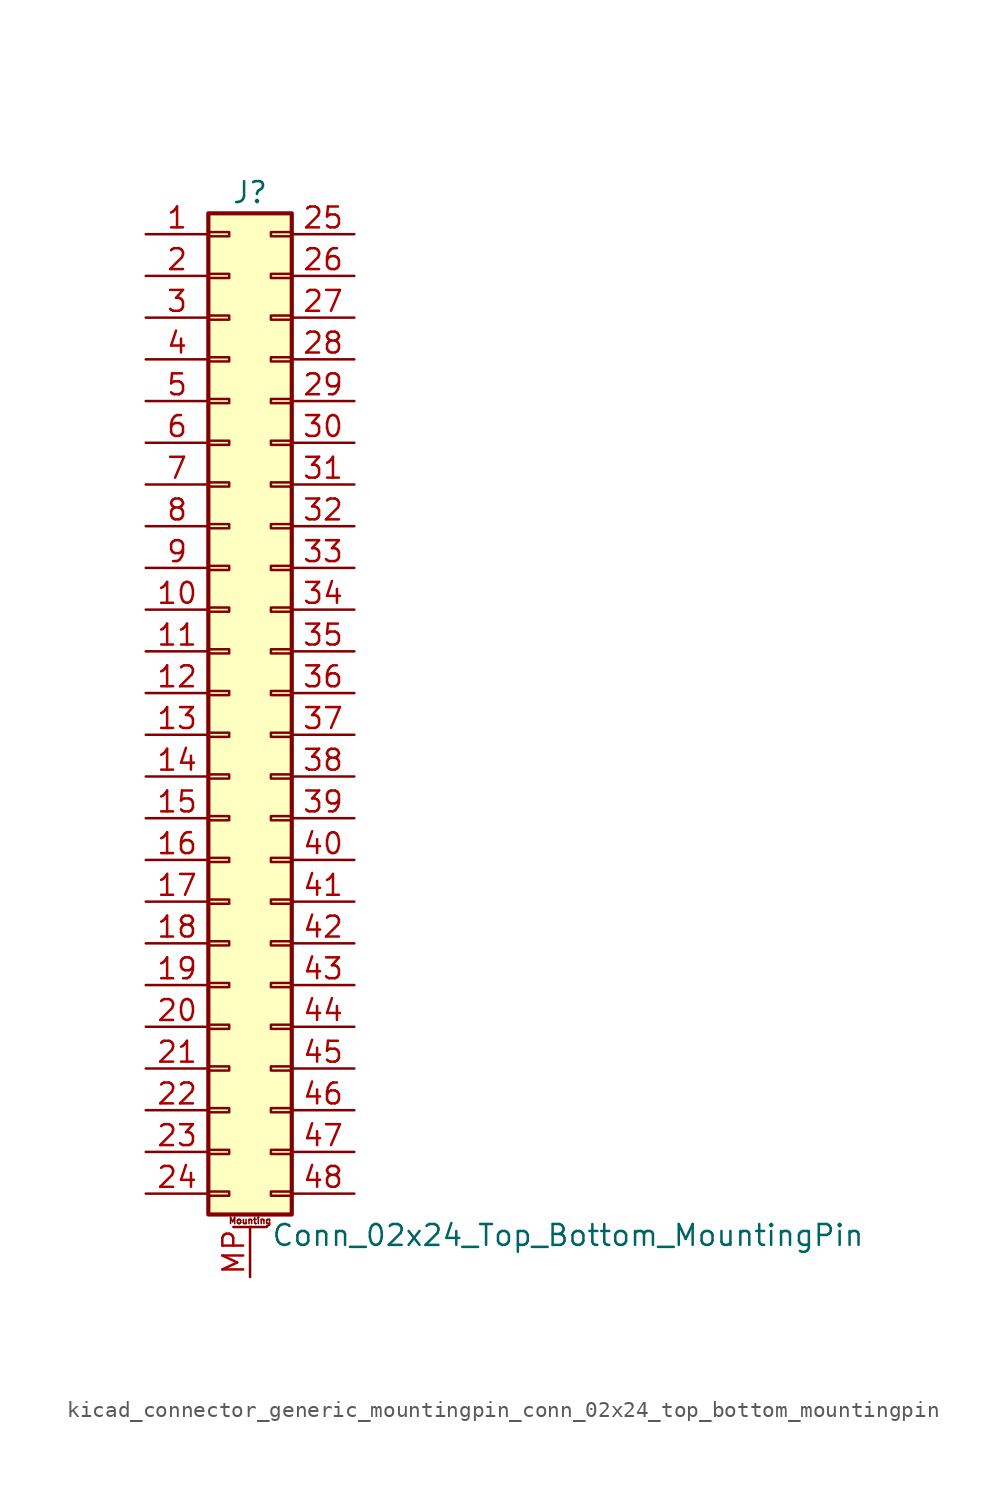
<source format=kicad_sym>
(kicad_symbol_lib
  (version 20220914)
  (generator kicad_symbol_editor)
  (symbol "kicad_connector_generic_mountingpin_conn_02x24_top_bottom_mountingpin"
    (pin_names
      (offset 1.016) hide)
    (property "Reference" "J"
      (at 1.27 30.48 0)
      (effects (font (size 1.27 1.27))))
    (property "Value" "Conn_02x24_Top_Bottom_MountingPin"
      (at 2.54 -33.02 0)
      (effects (font (size 1.27 1.27)) (justify left)))
    (symbol "kicad_connector_generic_mountingpin_conn_02x24_top_bottom_mountingpin_1_1"
      (rectangle (start -1.27 -30.353) (end 0 -30.607) (stroke (width 0.152) (type default)) (fill (type none)))
      (rectangle (start -1.27 -27.813) (end 0 -28.067) (stroke (width 0.152) (type default)) (fill (type none)))
      (rectangle (start -1.27 -25.273) (end 0 -25.527) (stroke (width 0.152) (type default)) (fill (type none)))
      (rectangle (start -1.27 -22.733) (end 0 -22.987) (stroke (width 0.152) (type default)) (fill (type none)))
      (rectangle (start -1.27 -20.193) (end 0 -20.447) (stroke (width 0.152) (type default)) (fill (type none)))
      (rectangle (start -1.27 -17.653) (end 0 -17.907) (stroke (width 0.152) (type default)) (fill (type none)))
      (rectangle (start -1.27 -15.113) (end 0 -15.367) (stroke (width 0.152) (type default)) (fill (type none)))
      (rectangle (start -1.27 -12.573) (end 0 -12.827) (stroke (width 0.152) (type default)) (fill (type none)))
      (rectangle (start -1.27 -10.033) (end 0 -10.287) (stroke (width 0.152) (type default)) (fill (type none)))
      (rectangle (start -1.27 -7.493) (end 0 -7.747) (stroke (width 0.152) (type default)) (fill (type none)))
      (rectangle (start -1.27 -4.953) (end 0 -5.207) (stroke (width 0.152) (type default)) (fill (type none)))
      (rectangle (start -1.27 -2.413) (end 0 -2.667) (stroke (width 0.152) (type default)) (fill (type none)))
      (rectangle (start -1.27 0.127) (end 0 -0.127) (stroke (width 0.152) (type default)) (fill (type none)))
      (rectangle (start -1.27 2.667) (end 0 2.413) (stroke (width 0.152) (type default)) (fill (type none)))
      (rectangle (start -1.27 5.207) (end 0 4.953) (stroke (width 0.152) (type default)) (fill (type none)))
      (rectangle (start -1.27 7.747) (end 0 7.493) (stroke (width 0.152) (type default)) (fill (type none)))
      (rectangle (start -1.27 10.287) (end 0 10.033) (stroke (width 0.152) (type default)) (fill (type none)))
      (rectangle (start -1.27 12.827) (end 0 12.573) (stroke (width 0.152) (type default)) (fill (type none)))
      (rectangle (start -1.27 15.367) (end 0 15.113) (stroke (width 0.152) (type default)) (fill (type none)))
      (rectangle (start -1.27 17.907) (end 0 17.653) (stroke (width 0.152) (type default)) (fill (type none)))
      (rectangle (start -1.27 20.447) (end 0 20.193) (stroke (width 0.152) (type default)) (fill (type none)))
      (rectangle (start -1.27 22.987) (end 0 22.733) (stroke (width 0.152) (type default)) (fill (type none)))
      (rectangle (start -1.27 25.527) (end 0 25.273) (stroke (width 0.152) (type default)) (fill (type none)))
      (rectangle (start -1.27 28.067) (end 0 27.813) (stroke (width 0.152) (type default)) (fill (type none)))
      (rectangle (start -1.27 29.21) (end 3.81 -31.75) (stroke (width 0.254) (type default)) (fill (type background)))
      (polyline (pts (xy 0.254 -32.512) (xy 2.286 -32.512)) (stroke (width 0.152) (type default)) (fill (type none)))
      (rectangle (start 3.81 -30.353) (end 2.54 -30.607) (stroke (width 0.152) (type default)) (fill (type none)))
      (rectangle (start 3.81 -27.813) (end 2.54 -28.067) (stroke (width 0.152) (type default)) (fill (type none)))
      (rectangle (start 3.81 -25.273) (end 2.54 -25.527) (stroke (width 0.152) (type default)) (fill (type none)))
      (rectangle (start 3.81 -22.733) (end 2.54 -22.987) (stroke (width 0.152) (type default)) (fill (type none)))
      (rectangle (start 3.81 -20.193) (end 2.54 -20.447) (stroke (width 0.152) (type default)) (fill (type none)))
      (rectangle (start 3.81 -17.653) (end 2.54 -17.907) (stroke (width 0.152) (type default)) (fill (type none)))
      (rectangle (start 3.81 -15.113) (end 2.54 -15.367) (stroke (width 0.152) (type default)) (fill (type none)))
      (rectangle (start 3.81 -12.573) (end 2.54 -12.827) (stroke (width 0.152) (type default)) (fill (type none)))
      (rectangle (start 3.81 -10.033) (end 2.54 -10.287) (stroke (width 0.152) (type default)) (fill (type none)))
      (rectangle (start 3.81 -7.493) (end 2.54 -7.747) (stroke (width 0.152) (type default)) (fill (type none)))
      (rectangle (start 3.81 -4.953) (end 2.54 -5.207) (stroke (width 0.152) (type default)) (fill (type none)))
      (rectangle (start 3.81 -2.413) (end 2.54 -2.667) (stroke (width 0.152) (type default)) (fill (type none)))
      (rectangle (start 3.81 0.127) (end 2.54 -0.127) (stroke (width 0.152) (type default)) (fill (type none)))
      (rectangle (start 3.81 2.667) (end 2.54 2.413) (stroke (width 0.152) (type default)) (fill (type none)))
      (rectangle (start 3.81 5.207) (end 2.54 4.953) (stroke (width 0.152) (type default)) (fill (type none)))
      (rectangle (start 3.81 7.747) (end 2.54 7.493) (stroke (width 0.152) (type default)) (fill (type none)))
      (rectangle (start 3.81 10.287) (end 2.54 10.033) (stroke (width 0.152) (type default)) (fill (type none)))
      (rectangle (start 3.81 12.827) (end 2.54 12.573) (stroke (width 0.152) (type default)) (fill (type none)))
      (rectangle (start 3.81 15.367) (end 2.54 15.113) (stroke (width 0.152) (type default)) (fill (type none)))
      (rectangle (start 3.81 17.907) (end 2.54 17.653) (stroke (width 0.152) (type default)) (fill (type none)))
      (rectangle (start 3.81 20.447) (end 2.54 20.193) (stroke (width 0.152) (type default)) (fill (type none)))
      (rectangle (start 3.81 22.987) (end 2.54 22.733) (stroke (width 0.152) (type default)) (fill (type none)))
      (rectangle (start 3.81 25.527) (end 2.54 25.273) (stroke (width 0.152) (type default)) (fill (type none)))
      (rectangle (start 3.81 28.067) (end 2.54 27.813) (stroke (width 0.152) (type default)) (fill (type none)))
      (text "Mounting" (at 1.27 -32.131 0) (effects (font (size 0.381 0.381))))
      (pin passive line (at -5.08 27.94 0) (length 3.81) (name "Pin_1" (effects (font (size 1.27 1.27)))) (number "1" (effects (font (size 1.27 1.27)))))
      (pin passive line (at -5.08 5.08 0) (length 3.81) (name "Pin_10" (effects (font (size 1.27 1.27)))) (number "10" (effects (font (size 1.27 1.27)))))
      (pin passive line (at -5.08 2.54 0) (length 3.81) (name "Pin_11" (effects (font (size 1.27 1.27)))) (number "11" (effects (font (size 1.27 1.27)))))
      (pin passive line (at -5.08 0 0) (length 3.81) (name "Pin_12" (effects (font (size 1.27 1.27)))) (number "12" (effects (font (size 1.27 1.27)))))
      (pin passive line (at -5.08 -2.54 0) (length 3.81) (name "Pin_13" (effects (font (size 1.27 1.27)))) (number "13" (effects (font (size 1.27 1.27)))))
      (pin passive line (at -5.08 -5.08 0) (length 3.81) (name "Pin_14" (effects (font (size 1.27 1.27)))) (number "14" (effects (font (size 1.27 1.27)))))
      (pin passive line (at -5.08 -7.62 0) (length 3.81) (name "Pin_15" (effects (font (size 1.27 1.27)))) (number "15" (effects (font (size 1.27 1.27)))))
      (pin passive line (at -5.08 -10.16 0) (length 3.81) (name "Pin_16" (effects (font (size 1.27 1.27)))) (number "16" (effects (font (size 1.27 1.27)))))
      (pin passive line (at -5.08 -12.7 0) (length 3.81) (name "Pin_17" (effects (font (size 1.27 1.27)))) (number "17" (effects (font (size 1.27 1.27)))))
      (pin passive line (at -5.08 -15.24 0) (length 3.81) (name "Pin_18" (effects (font (size 1.27 1.27)))) (number "18" (effects (font (size 1.27 1.27)))))
      (pin passive line (at -5.08 -17.78 0) (length 3.81) (name "Pin_19" (effects (font (size 1.27 1.27)))) (number "19" (effects (font (size 1.27 1.27)))))
      (pin passive line (at -5.08 25.4 0) (length 3.81) (name "Pin_2" (effects (font (size 1.27 1.27)))) (number "2" (effects (font (size 1.27 1.27)))))
      (pin passive line (at -5.08 -20.32 0) (length 3.81) (name "Pin_20" (effects (font (size 1.27 1.27)))) (number "20" (effects (font (size 1.27 1.27)))))
      (pin passive line (at -5.08 -22.86 0) (length 3.81) (name "Pin_21" (effects (font (size 1.27 1.27)))) (number "21" (effects (font (size 1.27 1.27)))))
      (pin passive line (at -5.08 -25.4 0) (length 3.81) (name "Pin_22" (effects (font (size 1.27 1.27)))) (number "22" (effects (font (size 1.27 1.27)))))
      (pin passive line (at -5.08 -27.94 0) (length 3.81) (name "Pin_23" (effects (font (size 1.27 1.27)))) (number "23" (effects (font (size 1.27 1.27)))))
      (pin passive line (at -5.08 -30.48 0) (length 3.81) (name "Pin_24" (effects (font (size 1.27 1.27)))) (number "24" (effects (font (size 1.27 1.27)))))
      (pin passive line (at 7.62 27.94 180) (length 3.81) (name "Pin_25" (effects (font (size 1.27 1.27)))) (number "25" (effects (font (size 1.27 1.27)))))
      (pin passive line (at 7.62 25.4 180) (length 3.81) (name "Pin_26" (effects (font (size 1.27 1.27)))) (number "26" (effects (font (size 1.27 1.27)))))
      (pin passive line (at 7.62 22.86 180) (length 3.81) (name "Pin_27" (effects (font (size 1.27 1.27)))) (number "27" (effects (font (size 1.27 1.27)))))
      (pin passive line (at 7.62 20.32 180) (length 3.81) (name "Pin_28" (effects (font (size 1.27 1.27)))) (number "28" (effects (font (size 1.27 1.27)))))
      (pin passive line (at 7.62 17.78 180) (length 3.81) (name "Pin_29" (effects (font (size 1.27 1.27)))) (number "29" (effects (font (size 1.27 1.27)))))
      (pin passive line (at -5.08 22.86 0) (length 3.81) (name "Pin_3" (effects (font (size 1.27 1.27)))) (number "3" (effects (font (size 1.27 1.27)))))
      (pin passive line (at 7.62 15.24 180) (length 3.81) (name "Pin_30" (effects (font (size 1.27 1.27)))) (number "30" (effects (font (size 1.27 1.27)))))
      (pin passive line (at 7.62 12.7 180) (length 3.81) (name "Pin_31" (effects (font (size 1.27 1.27)))) (number "31" (effects (font (size 1.27 1.27)))))
      (pin passive line (at 7.62 10.16 180) (length 3.81) (name "Pin_32" (effects (font (size 1.27 1.27)))) (number "32" (effects (font (size 1.27 1.27)))))
      (pin passive line (at 7.62 7.62 180) (length 3.81) (name "Pin_33" (effects (font (size 1.27 1.27)))) (number "33" (effects (font (size 1.27 1.27)))))
      (pin passive line (at 7.62 5.08 180) (length 3.81) (name "Pin_34" (effects (font (size 1.27 1.27)))) (number "34" (effects (font (size 1.27 1.27)))))
      (pin passive line (at 7.62 2.54 180) (length 3.81) (name "Pin_35" (effects (font (size 1.27 1.27)))) (number "35" (effects (font (size 1.27 1.27)))))
      (pin passive line (at 7.62 0 180) (length 3.81) (name "Pin_36" (effects (font (size 1.27 1.27)))) (number "36" (effects (font (size 1.27 1.27)))))
      (pin passive line (at 7.62 -2.54 180) (length 3.81) (name "Pin_37" (effects (font (size 1.27 1.27)))) (number "37" (effects (font (size 1.27 1.27)))))
      (pin passive line (at 7.62 -5.08 180) (length 3.81) (name "Pin_38" (effects (font (size 1.27 1.27)))) (number "38" (effects (font (size 1.27 1.27)))))
      (pin passive line (at 7.62 -7.62 180) (length 3.81) (name "Pin_39" (effects (font (size 1.27 1.27)))) (number "39" (effects (font (size 1.27 1.27)))))
      (pin passive line (at -5.08 20.32 0) (length 3.81) (name "Pin_4" (effects (font (size 1.27 1.27)))) (number "4" (effects (font (size 1.27 1.27)))))
      (pin passive line (at 7.62 -10.16 180) (length 3.81) (name "Pin_40" (effects (font (size 1.27 1.27)))) (number "40" (effects (font (size 1.27 1.27)))))
      (pin passive line (at 7.62 -12.7 180) (length 3.81) (name "Pin_41" (effects (font (size 1.27 1.27)))) (number "41" (effects (font (size 1.27 1.27)))))
      (pin passive line (at 7.62 -15.24 180) (length 3.81) (name "Pin_42" (effects (font (size 1.27 1.27)))) (number "42" (effects (font (size 1.27 1.27)))))
      (pin passive line (at 7.62 -17.78 180) (length 3.81) (name "Pin_43" (effects (font (size 1.27 1.27)))) (number "43" (effects (font (size 1.27 1.27)))))
      (pin passive line (at 7.62 -20.32 180) (length 3.81) (name "Pin_44" (effects (font (size 1.27 1.27)))) (number "44" (effects (font (size 1.27 1.27)))))
      (pin passive line (at 7.62 -22.86 180) (length 3.81) (name "Pin_45" (effects (font (size 1.27 1.27)))) (number "45" (effects (font (size 1.27 1.27)))))
      (pin passive line (at 7.62 -25.4 180) (length 3.81) (name "Pin_46" (effects (font (size 1.27 1.27)))) (number "46" (effects (font (size 1.27 1.27)))))
      (pin passive line (at 7.62 -27.94 180) (length 3.81) (name "Pin_47" (effects (font (size 1.27 1.27)))) (number "47" (effects (font (size 1.27 1.27)))))
      (pin passive line (at 7.62 -30.48 180) (length 3.81) (name "Pin_48" (effects (font (size 1.27 1.27)))) (number "48" (effects (font (size 1.27 1.27)))))
      (pin passive line (at -5.08 17.78 0) (length 3.81) (name "Pin_5" (effects (font (size 1.27 1.27)))) (number "5" (effects (font (size 1.27 1.27)))))
      (pin passive line (at -5.08 15.24 0) (length 3.81) (name "Pin_6" (effects (font (size 1.27 1.27)))) (number "6" (effects (font (size 1.27 1.27)))))
      (pin passive line (at -5.08 12.7 0) (length 3.81) (name "Pin_7" (effects (font (size 1.27 1.27)))) (number "7" (effects (font (size 1.27 1.27)))))
      (pin passive line (at -5.08 10.16 0) (length 3.81) (name "Pin_8" (effects (font (size 1.27 1.27)))) (number "8" (effects (font (size 1.27 1.27)))))
      (pin passive line (at -5.08 7.62 0) (length 3.81) (name "Pin_9" (effects (font (size 1.27 1.27)))) (number "9" (effects (font (size 1.27 1.27)))))
      (pin passive line (at 1.27 -35.56 90) (length 3.048) (name "MountPin" (effects (font (size 1.27 1.27)))) (number "MP" (effects (font (size 1.27 1.27))))))))
</source>
